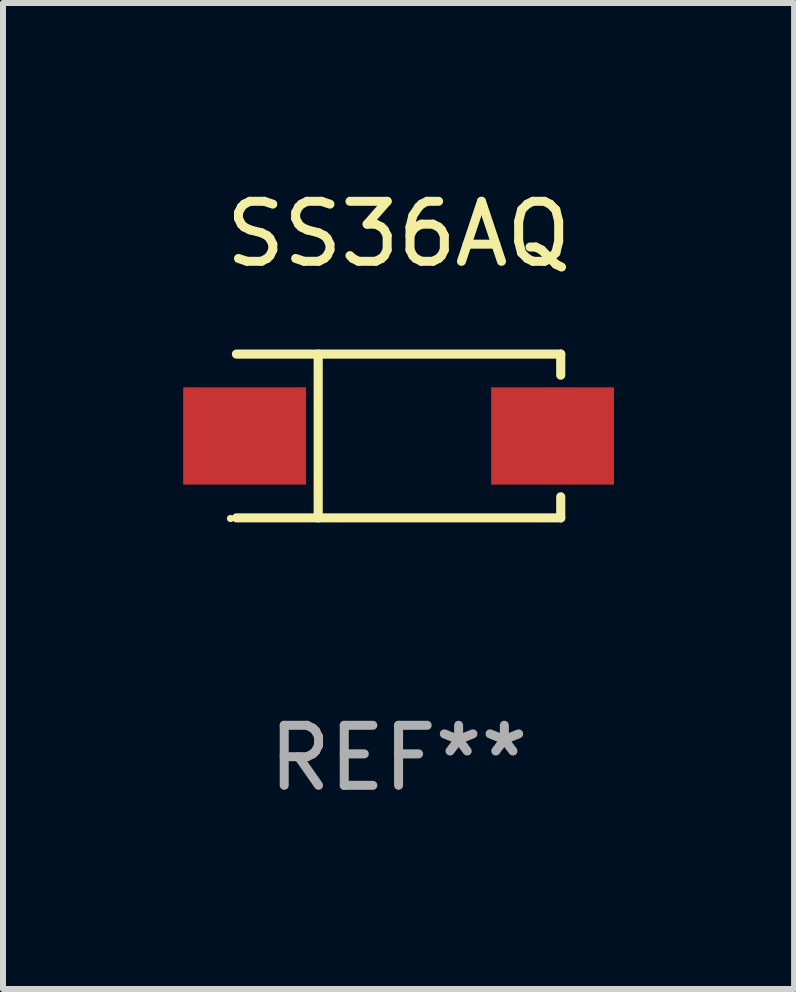
<source format=kicad_pcb>
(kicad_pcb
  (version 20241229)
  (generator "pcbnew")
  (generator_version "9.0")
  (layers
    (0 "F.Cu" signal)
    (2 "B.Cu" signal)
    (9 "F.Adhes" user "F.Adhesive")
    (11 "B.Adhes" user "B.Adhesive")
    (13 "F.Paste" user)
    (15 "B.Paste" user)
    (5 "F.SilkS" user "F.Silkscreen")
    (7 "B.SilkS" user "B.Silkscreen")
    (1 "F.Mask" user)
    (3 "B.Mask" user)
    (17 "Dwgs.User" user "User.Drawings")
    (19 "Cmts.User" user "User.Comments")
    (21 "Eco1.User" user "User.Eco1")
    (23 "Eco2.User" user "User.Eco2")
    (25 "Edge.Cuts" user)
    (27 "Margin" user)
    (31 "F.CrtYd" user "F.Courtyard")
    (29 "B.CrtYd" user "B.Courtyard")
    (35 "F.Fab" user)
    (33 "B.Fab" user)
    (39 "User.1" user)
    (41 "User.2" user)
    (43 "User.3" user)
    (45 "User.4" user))
  (footprint "SS36AQ"
    (layer "F.Cu")
    (at 3.589 4.212)
    (property "Reference" "SS36AQ" (at 0 -3.364 0) (layer "F.SilkS") (effects (font (size 1 1) (thickness 0.15))))
    (attr through_hole)
    (fp_line (start -2.701 -1.364) (end 2.701 -1.364) (stroke (width 0.152) (type solid)) (layer "F.SilkS"))
    (fp_line (start -2.701 1.364) (end 2.701 1.364) (stroke (width 0.152) (type solid)) (layer "F.SilkS"))
    (fp_line (start -1.339 -1.364) (end -1.339 1.364) (stroke (width 0.152) (type solid)) (layer "F.SilkS"))
    (fp_line (start 2.701 -1.364) (end 2.701 -1.013) (stroke (width 0.152) (type solid)) (layer "F.SilkS"))
    (fp_line (start 2.701 1.364) (end 2.701 1.013) (stroke (width 0.152) (type solid)) (layer "F.SilkS"))
    (fp_circle (center -2.8 1.375) (end -2.77 1.375) (stroke (width 0.06) (type solid)) (fill no) (layer "F.SilkS"))
    (fp_text user "REF**" (at 0 5.364 0) (layer "F.Fab") (effects (font (size 1 1) (thickness 0.15))))
    (pad "1" smd rect (at -2.565 -0.000025) (size 2.046 1.62) (layers "F.Cu" "F.Mask" "F.Paste"))
    (pad "2" smd rect (at 2.565 -0.000025) (size 2.046 1.62) (layers "F.Cu" "F.Mask" "F.Paste")))
  (gr_rect
    (start -3 -3)
    (end 10.177 13.424)
    (stroke (width 0.1) (type default))
    (fill no)
    (layer "Edge.Cuts")))
</source>
